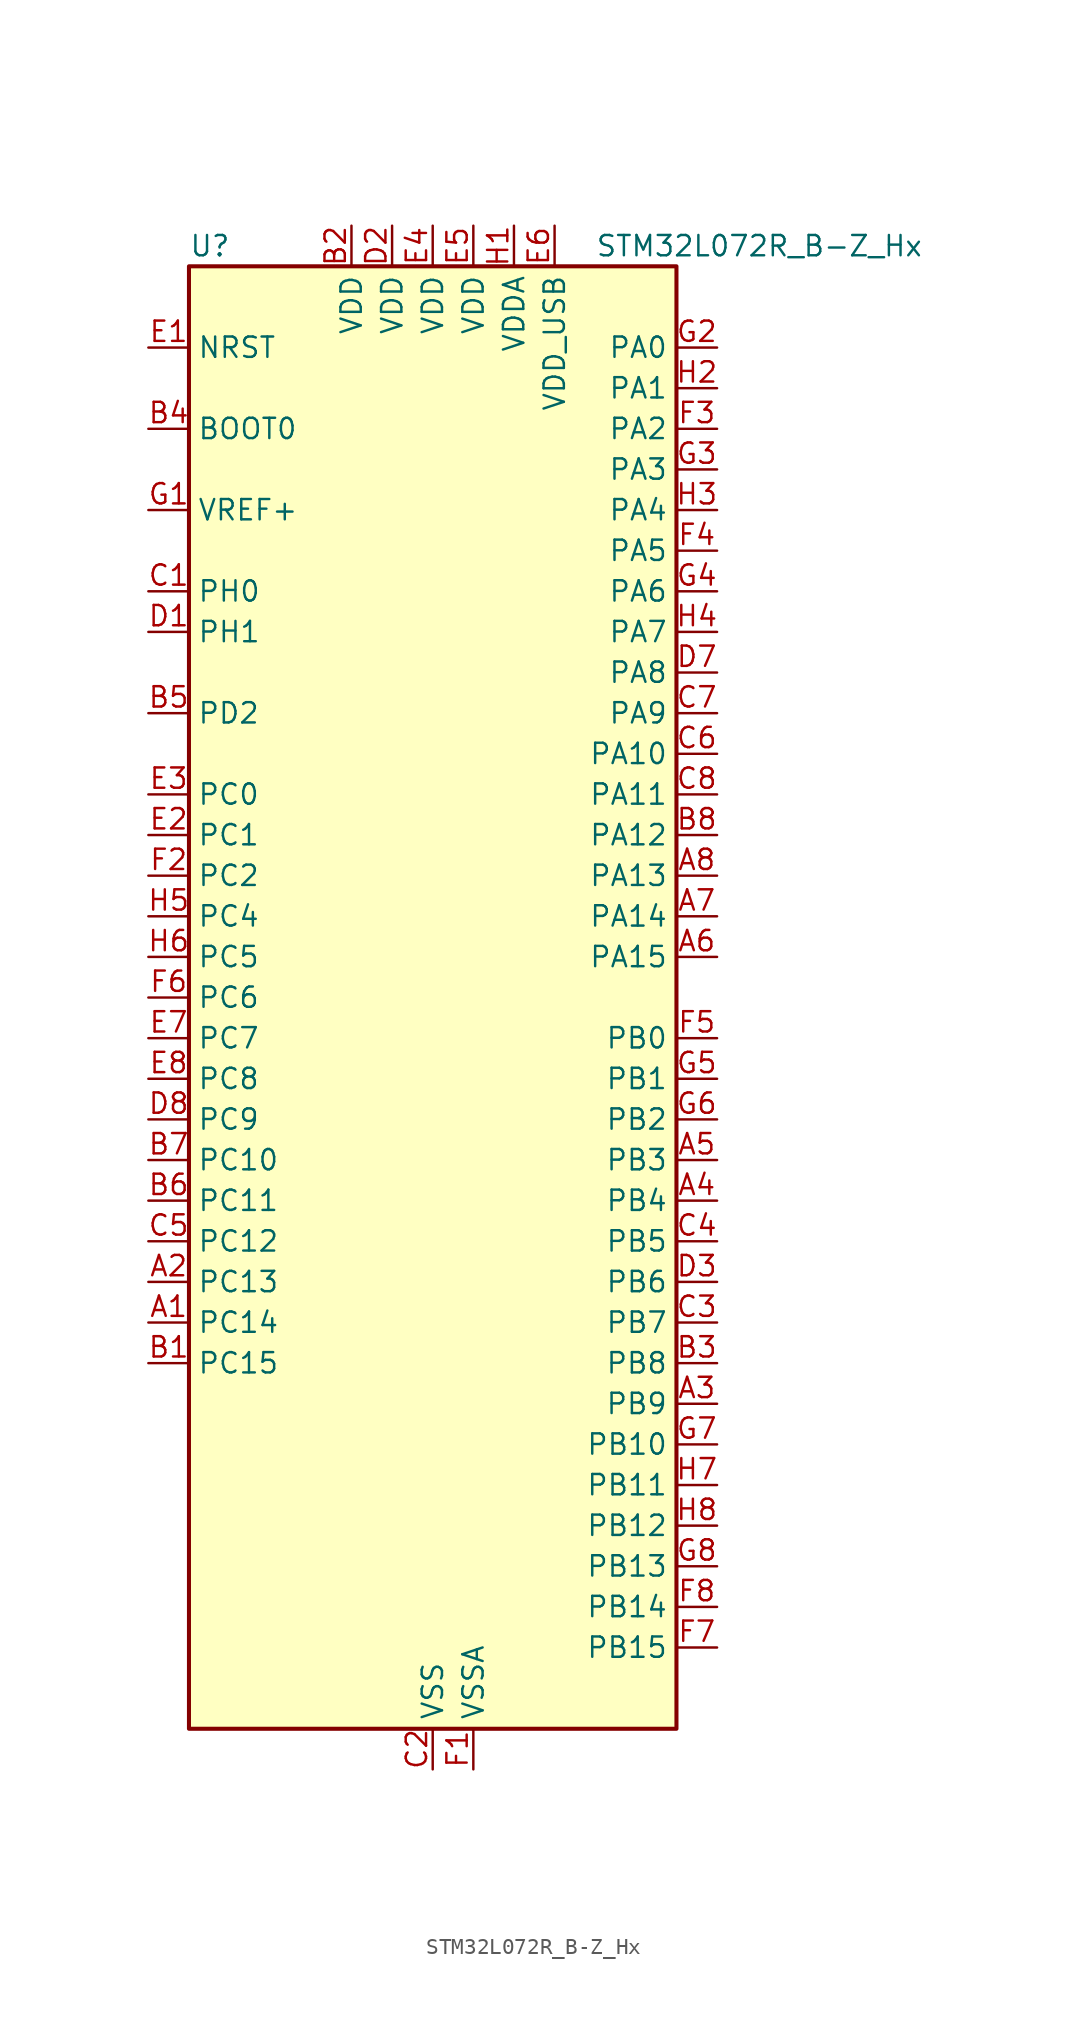
<source format=kicad_sym>
(kicad_symbol_lib
  (version 20241209)
  (generator "kicad_symbol_editor")
  (generator_version "9.0")
  (symbol "STM32L072R_B-Z_Hx"
    (property "Reference" "U"
      (at -15.24 46.99 0)
      (effects (font (size 1.27 1.27)) (justify left)))
    (property "Value" "STM32L072R_B-Z_Hx"
      (at 10.16 46.99 0)
      (effects (font (size 1.27 1.27)) (justify left)))
    (symbol "STM32L072R_B-Z_Hx_0_1"
      (rectangle (start -15.24 -45.72) (end 15.24 45.72) (stroke (width 0.254) (type default)) (fill (type background))))
    (symbol "STM32L072R_B-Z_Hx_1_1"
      (pin input line (at -17.78 40.64 0) (length 2.54) (name "NRST" (effects (font (size 1.27 1.27)))) (number "E1" (effects (font (size 1.27 1.27)))))
      (pin input line (at -17.78 35.56 0) (length 2.54) (name "BOOT0" (effects (font (size 1.27 1.27)))) (number "B4" (effects (font (size 1.27 1.27)))))
      (pin input line (at -17.78 30.48 0) (length 2.54) (name "VREF+" (effects (font (size 1.27 1.27)))) (number "G1" (effects (font (size 1.27 1.27)))))
      (pin bidirectional line (at -17.78 25.4 0) (length 2.54) (name "PH0" (effects (font (size 1.27 1.27)))) (number "C1" (effects (font (size 1.27 1.27)))) (alternate "CRS_SYNC" bidirectional line) (alternate "RCC_OSC_IN" bidirectional line))
      (pin bidirectional line (at -17.78 22.86 0) (length 2.54) (name "PH1" (effects (font (size 1.27 1.27)))) (number "D1" (effects (font (size 1.27 1.27)))) (alternate "RCC_OSC_OUT" bidirectional line))
      (pin bidirectional line (at -17.78 17.78 0) (length 2.54) (name "PD2" (effects (font (size 1.27 1.27)))) (number "B5" (effects (font (size 1.27 1.27)))) (alternate "LPUART1_DE" bidirectional line) (alternate "LPUART1_RTS" bidirectional line) (alternate "TIM3_ETR" bidirectional line) (alternate "USART5_RX" bidirectional line))
      (pin bidirectional line (at -17.78 12.7 0) (length 2.54) (name "PC0" (effects (font (size 1.27 1.27)))) (number "E3" (effects (font (size 1.27 1.27)))) (alternate "ADC_IN10" bidirectional line) (alternate "I2C3_SCL" bidirectional line) (alternate "LPTIM1_IN1" bidirectional line) (alternate "LPUART1_RX" bidirectional line) (alternate "TSC_G7_IO1" bidirectional line))
      (pin bidirectional line (at -17.78 10.16 0) (length 2.54) (name "PC1" (effects (font (size 1.27 1.27)))) (number "E2" (effects (font (size 1.27 1.27)))) (alternate "ADC_IN11" bidirectional line) (alternate "I2C3_SDA" bidirectional line) (alternate "LPTIM1_OUT" bidirectional line) (alternate "LPUART1_TX" bidirectional line) (alternate "TSC_G7_IO2" bidirectional line))
      (pin bidirectional line (at -17.78 7.62 0) (length 2.54) (name "PC2" (effects (font (size 1.27 1.27)))) (number "F2" (effects (font (size 1.27 1.27)))) (alternate "ADC_IN12" bidirectional line) (alternate "I2S2_MCK" bidirectional line) (alternate "LPTIM1_IN2" bidirectional line) (alternate "SPI2_MISO" bidirectional line) (alternate "TSC_G7_IO3" bidirectional line))
      (pin bidirectional line (at -17.78 5.08 0) (length 2.54) (name "PC4" (effects (font (size 1.27 1.27)))) (number "H5" (effects (font (size 1.27 1.27)))) (alternate "ADC_IN14" bidirectional line) (alternate "LPUART1_TX" bidirectional line))
      (pin bidirectional line (at -17.78 2.54 0) (length 2.54) (name "PC5" (effects (font (size 1.27 1.27)))) (number "H6" (effects (font (size 1.27 1.27)))) (alternate "ADC_IN15" bidirectional line) (alternate "LPUART1_RX" bidirectional line) (alternate "TSC_G3_IO1" bidirectional line))
      (pin bidirectional line (at -17.78 0 0) (length 2.54) (name "PC6" (effects (font (size 1.27 1.27)))) (number "F6" (effects (font (size 1.27 1.27)))) (alternate "TIM22_CH1" bidirectional line) (alternate "TIM3_CH1" bidirectional line) (alternate "TSC_G8_IO1" bidirectional line))
      (pin bidirectional line (at -17.78 -2.54 0) (length 2.54) (name "PC7" (effects (font (size 1.27 1.27)))) (number "E7" (effects (font (size 1.27 1.27)))) (alternate "TIM22_CH2" bidirectional line) (alternate "TIM3_CH2" bidirectional line) (alternate "TSC_G8_IO2" bidirectional line))
      (pin bidirectional line (at -17.78 -5.08 0) (length 2.54) (name "PC8" (effects (font (size 1.27 1.27)))) (number "E8" (effects (font (size 1.27 1.27)))) (alternate "TIM22_ETR" bidirectional line) (alternate "TIM3_CH3" bidirectional line) (alternate "TSC_G8_IO3" bidirectional line))
      (pin bidirectional line (at -17.78 -7.62 0) (length 2.54) (name "PC9" (effects (font (size 1.27 1.27)))) (number "D8" (effects (font (size 1.27 1.27)))) (alternate "DAC_EXTI9" bidirectional line) (alternate "I2C3_SDA" bidirectional line) (alternate "TIM21_ETR" bidirectional line) (alternate "TIM3_CH4" bidirectional line) (alternate "TSC_G8_IO4" bidirectional line) (alternate "USB_NOE" bidirectional line))
      (pin bidirectional line (at -17.78 -10.16 0) (length 2.54) (name "PC10" (effects (font (size 1.27 1.27)))) (number "B7" (effects (font (size 1.27 1.27)))) (alternate "LPUART1_TX" bidirectional line) (alternate "USART4_TX" bidirectional line))
      (pin bidirectional line (at -17.78 -12.7 0) (length 2.54) (name "PC11" (effects (font (size 1.27 1.27)))) (number "B6" (effects (font (size 1.27 1.27)))) (alternate "ADC_EXTI11" bidirectional line) (alternate "LPUART1_RX" bidirectional line) (alternate "USART4_RX" bidirectional line))
      (pin bidirectional line (at -17.78 -15.24 0) (length 2.54) (name "PC12" (effects (font (size 1.27 1.27)))) (number "C5" (effects (font (size 1.27 1.27)))) (alternate "USART4_CK" bidirectional line) (alternate "USART5_TX" bidirectional line))
      (pin bidirectional line (at -17.78 -17.78 0) (length 2.54) (name "PC13" (effects (font (size 1.27 1.27)))) (number "A2" (effects (font (size 1.27 1.27)))) (alternate "RTC_OUT_ALARM" bidirectional line) (alternate "RTC_OUT_CALIB" bidirectional line) (alternate "RTC_TAMP1" bidirectional line) (alternate "RTC_TS" bidirectional line) (alternate "SYS_WKUP2" bidirectional line))
      (pin bidirectional line (at -17.78 -20.32 0) (length 2.54) (name "PC14" (effects (font (size 1.27 1.27)))) (number "A1" (effects (font (size 1.27 1.27)))) (alternate "RCC_OSC32_IN" bidirectional line))
      (pin bidirectional line (at -17.78 -22.86 0) (length 2.54) (name "PC15" (effects (font (size 1.27 1.27)))) (number "B1" (effects (font (size 1.27 1.27)))) (alternate "RCC_OSC32_OUT" bidirectional line))
      (pin power_in line (at -5.08 48.26 270) (length 2.54) (name "VDD" (effects (font (size 1.27 1.27)))) (number "B2" (effects (font (size 1.27 1.27)))))
      (pin power_in line (at -2.54 48.26 270) (length 2.54) (name "VDD" (effects (font (size 1.27 1.27)))) (number "D2" (effects (font (size 1.27 1.27)))))
      (pin power_in line (at 0 48.26 270) (length 2.54) (name "VDD" (effects (font (size 1.27 1.27)))) (number "E4" (effects (font (size 1.27 1.27)))))
      (pin power_in line (at 0 -48.26 90) (length 2.54) (name "VSS" (effects (font (size 1.27 1.27)))) (number "C2" (effects (font (size 1.27 1.27)))))
      (pin passive line (at 0 -48.26 90) (length 2.54) (hide yes) (name "VSS" (effects (font (size 1.27 1.27)))) (number "D4" (effects (font (size 1.27 1.27)))))
      (pin passive line (at 0 -48.26 90) (length 2.54) (hide yes) (name "VSS" (effects (font (size 1.27 1.27)))) (number "D5" (effects (font (size 1.27 1.27)))))
      (pin passive line (at 0 -48.26 90) (length 2.54) (hide yes) (name "VSS" (effects (font (size 1.27 1.27)))) (number "D6" (effects (font (size 1.27 1.27)))))
      (pin power_in line (at 2.54 48.26 270) (length 2.54) (name "VDD" (effects (font (size 1.27 1.27)))) (number "E5" (effects (font (size 1.27 1.27)))))
      (pin power_in line (at 2.54 -48.26 90) (length 2.54) (name "VSSA" (effects (font (size 1.27 1.27)))) (number "F1" (effects (font (size 1.27 1.27)))))
      (pin power_in line (at 5.08 48.26 270) (length 2.54) (name "VDDA" (effects (font (size 1.27 1.27)))) (number "H1" (effects (font (size 1.27 1.27)))))
      (pin power_in line (at 7.62 48.26 270) (length 2.54) (name "VDD_USB" (effects (font (size 1.27 1.27)))) (number "E6" (effects (font (size 1.27 1.27)))))
      (pin bidirectional line (at 17.78 40.64 180) (length 2.54) (name "PA0" (effects (font (size 1.27 1.27)))) (number "G2" (effects (font (size 1.27 1.27)))) (alternate "ADC_IN0" bidirectional line) (alternate "COMP1_INM" bidirectional line) (alternate "COMP1_OUT" bidirectional line) (alternate "RTC_TAMP2" bidirectional line) (alternate "SYS_WKUP1" bidirectional line) (alternate "TIM2_CH1" bidirectional line) (alternate "TIM2_ETR" bidirectional line) (alternate "TSC_G1_IO1" bidirectional line) (alternate "USART2_CTS" bidirectional line) (alternate "USART4_TX" bidirectional line))
      (pin bidirectional line (at 17.78 38.1 180) (length 2.54) (name "PA1" (effects (font (size 1.27 1.27)))) (number "H2" (effects (font (size 1.27 1.27)))) (alternate "ADC_IN1" bidirectional line) (alternate "COMP1_INP" bidirectional line) (alternate "TIM21_ETR" bidirectional line) (alternate "TIM2_CH2" bidirectional line) (alternate "TSC_G1_IO2" bidirectional line) (alternate "USART2_DE" bidirectional line) (alternate "USART2_RTS" bidirectional line) (alternate "USART4_RX" bidirectional line))
      (pin bidirectional line (at 17.78 35.56 180) (length 2.54) (name "PA2" (effects (font (size 1.27 1.27)))) (number "F3" (effects (font (size 1.27 1.27)))) (alternate "ADC_IN2" bidirectional line) (alternate "COMP2_INM" bidirectional line) (alternate "COMP2_OUT" bidirectional line) (alternate "LPUART1_TX" bidirectional line) (alternate "TIM21_CH1" bidirectional line) (alternate "TIM2_CH3" bidirectional line) (alternate "TSC_G1_IO3" bidirectional line) (alternate "USART2_TX" bidirectional line))
      (pin bidirectional line (at 17.78 33.02 180) (length 2.54) (name "PA3" (effects (font (size 1.27 1.27)))) (number "G3" (effects (font (size 1.27 1.27)))) (alternate "ADC_IN3" bidirectional line) (alternate "COMP2_INP" bidirectional line) (alternate "LPUART1_RX" bidirectional line) (alternate "TIM21_CH2" bidirectional line) (alternate "TIM2_CH4" bidirectional line) (alternate "TSC_G1_IO4" bidirectional line) (alternate "USART2_RX" bidirectional line))
      (pin bidirectional line (at 17.78 30.48 180) (length 2.54) (name "PA4" (effects (font (size 1.27 1.27)))) (number "H3" (effects (font (size 1.27 1.27)))) (alternate "ADC_IN4" bidirectional line) (alternate "COMP1_INM" bidirectional line) (alternate "COMP2_INM" bidirectional line) (alternate "DAC_OUT1" bidirectional line) (alternate "SPI1_NSS" bidirectional line) (alternate "TIM22_ETR" bidirectional line) (alternate "TSC_G2_IO1" bidirectional line) (alternate "USART2_CK" bidirectional line))
      (pin bidirectional line (at 17.78 27.94 180) (length 2.54) (name "PA5" (effects (font (size 1.27 1.27)))) (number "F4" (effects (font (size 1.27 1.27)))) (alternate "ADC_IN5" bidirectional line) (alternate "COMP1_INM" bidirectional line) (alternate "COMP2_INM" bidirectional line) (alternate "DAC_OUT2" bidirectional line) (alternate "SPI1_SCK" bidirectional line) (alternate "TIM2_CH1" bidirectional line) (alternate "TIM2_ETR" bidirectional line) (alternate "TSC_G2_IO2" bidirectional line))
      (pin bidirectional line (at 17.78 25.4 180) (length 2.54) (name "PA6" (effects (font (size 1.27 1.27)))) (number "G4" (effects (font (size 1.27 1.27)))) (alternate "ADC_IN6" bidirectional line) (alternate "COMP1_OUT" bidirectional line) (alternate "LPUART1_CTS" bidirectional line) (alternate "SPI1_MISO" bidirectional line) (alternate "TIM22_CH1" bidirectional line) (alternate "TIM3_CH1" bidirectional line) (alternate "TSC_G2_IO3" bidirectional line))
      (pin bidirectional line (at 17.78 22.86 180) (length 2.54) (name "PA7" (effects (font (size 1.27 1.27)))) (number "H4" (effects (font (size 1.27 1.27)))) (alternate "ADC_IN7" bidirectional line) (alternate "COMP2_OUT" bidirectional line) (alternate "SPI1_MOSI" bidirectional line) (alternate "TIM22_CH2" bidirectional line) (alternate "TIM3_CH2" bidirectional line) (alternate "TSC_G2_IO4" bidirectional line))
      (pin bidirectional line (at 17.78 20.32 180) (length 2.54) (name "PA8" (effects (font (size 1.27 1.27)))) (number "D7" (effects (font (size 1.27 1.27)))) (alternate "CRS_SYNC" bidirectional line) (alternate "I2C3_SCL" bidirectional line) (alternate "RCC_MCO" bidirectional line) (alternate "USART1_CK" bidirectional line))
      (pin bidirectional line (at 17.78 17.78 180) (length 2.54) (name "PA9" (effects (font (size 1.27 1.27)))) (number "C7" (effects (font (size 1.27 1.27)))) (alternate "DAC_EXTI9" bidirectional line) (alternate "I2C1_SCL" bidirectional line) (alternate "I2C3_SMBA" bidirectional line) (alternate "RCC_MCO" bidirectional line) (alternate "TSC_G4_IO1" bidirectional line) (alternate "USART1_TX" bidirectional line))
      (pin bidirectional line (at 17.78 15.24 180) (length 2.54) (name "PA10" (effects (font (size 1.27 1.27)))) (number "C6" (effects (font (size 1.27 1.27)))) (alternate "I2C1_SDA" bidirectional line) (alternate "TSC_G4_IO2" bidirectional line) (alternate "USART1_RX" bidirectional line))
      (pin bidirectional line (at 17.78 12.7 180) (length 2.54) (name "PA11" (effects (font (size 1.27 1.27)))) (number "C8" (effects (font (size 1.27 1.27)))) (alternate "ADC_EXTI11" bidirectional line) (alternate "COMP1_OUT" bidirectional line) (alternate "SPI1_MISO" bidirectional line) (alternate "TSC_G4_IO3" bidirectional line) (alternate "USART1_CTS" bidirectional line) (alternate "USB_DM" bidirectional line))
      (pin bidirectional line (at 17.78 10.16 180) (length 2.54) (name "PA12" (effects (font (size 1.27 1.27)))) (number "B8" (effects (font (size 1.27 1.27)))) (alternate "COMP2_OUT" bidirectional line) (alternate "SPI1_MOSI" bidirectional line) (alternate "TSC_G4_IO4" bidirectional line) (alternate "USART1_DE" bidirectional line) (alternate "USART1_RTS" bidirectional line) (alternate "USB_DP" bidirectional line))
      (pin bidirectional line (at 17.78 7.62 180) (length 2.54) (name "PA13" (effects (font (size 1.27 1.27)))) (number "A8" (effects (font (size 1.27 1.27)))) (alternate "LPUART1_RX" bidirectional line) (alternate "SYS_SWDIO" bidirectional line) (alternate "USB_NOE" bidirectional line))
      (pin bidirectional line (at 17.78 5.08 180) (length 2.54) (name "PA14" (effects (font (size 1.27 1.27)))) (number "A7" (effects (font (size 1.27 1.27)))) (alternate "LPUART1_TX" bidirectional line) (alternate "SYS_SWCLK" bidirectional line) (alternate "USART2_TX" bidirectional line))
      (pin bidirectional line (at 17.78 2.54 180) (length 2.54) (name "PA15" (effects (font (size 1.27 1.27)))) (number "A6" (effects (font (size 1.27 1.27)))) (alternate "SPI1_NSS" bidirectional line) (alternate "TIM2_CH1" bidirectional line) (alternate "TIM2_ETR" bidirectional line) (alternate "USART2_RX" bidirectional line) (alternate "USART4_DE" bidirectional line) (alternate "USART4_RTS" bidirectional line))
      (pin bidirectional line (at 17.78 -2.54 180) (length 2.54) (name "PB0" (effects (font (size 1.27 1.27)))) (number "F5" (effects (font (size 1.27 1.27)))) (alternate "ADC_IN8" bidirectional line) (alternate "SYS_VREF_OUT_PB0" bidirectional line) (alternate "TIM3_CH3" bidirectional line) (alternate "TSC_G3_IO2" bidirectional line))
      (pin bidirectional line (at 17.78 -5.08 180) (length 2.54) (name "PB1" (effects (font (size 1.27 1.27)))) (number "G5" (effects (font (size 1.27 1.27)))) (alternate "ADC_IN9" bidirectional line) (alternate "LPUART1_DE" bidirectional line) (alternate "LPUART1_RTS" bidirectional line) (alternate "SYS_VREF_OUT_PB1" bidirectional line) (alternate "TIM3_CH4" bidirectional line) (alternate "TSC_G3_IO3" bidirectional line))
      (pin bidirectional line (at 17.78 -7.62 180) (length 2.54) (name "PB2" (effects (font (size 1.27 1.27)))) (number "G6" (effects (font (size 1.27 1.27)))) (alternate "I2C3_SMBA" bidirectional line) (alternate "LPTIM1_OUT" bidirectional line) (alternate "TSC_G3_IO4" bidirectional line))
      (pin bidirectional line (at 17.78 -10.16 180) (length 2.54) (name "PB3" (effects (font (size 1.27 1.27)))) (number "A5" (effects (font (size 1.27 1.27)))) (alternate "COMP2_INM" bidirectional line) (alternate "SPI1_SCK" bidirectional line) (alternate "TIM2_CH2" bidirectional line) (alternate "TSC_G5_IO1" bidirectional line) (alternate "USART1_DE" bidirectional line) (alternate "USART1_RTS" bidirectional line) (alternate "USART5_TX" bidirectional line))
      (pin bidirectional line (at 17.78 -12.7 180) (length 2.54) (name "PB4" (effects (font (size 1.27 1.27)))) (number "A4" (effects (font (size 1.27 1.27)))) (alternate "COMP2_INP" bidirectional line) (alternate "I2C3_SDA" bidirectional line) (alternate "SPI1_MISO" bidirectional line) (alternate "TIM22_CH1" bidirectional line) (alternate "TIM3_CH1" bidirectional line) (alternate "TSC_G5_IO2" bidirectional line) (alternate "USART1_CTS" bidirectional line) (alternate "USART5_RX" bidirectional line))
      (pin bidirectional line (at 17.78 -15.24 180) (length 2.54) (name "PB5" (effects (font (size 1.27 1.27)))) (number "C4" (effects (font (size 1.27 1.27)))) (alternate "COMP2_INP" bidirectional line) (alternate "I2C1_SMBA" bidirectional line) (alternate "LPTIM1_IN1" bidirectional line) (alternate "SPI1_MOSI" bidirectional line) (alternate "TIM22_CH2" bidirectional line) (alternate "TIM3_CH2" bidirectional line) (alternate "USART1_CK" bidirectional line) (alternate "USART5_CK" bidirectional line) (alternate "USART5_DE" bidirectional line) (alternate "USART5_RTS" bidirectional line))
      (pin bidirectional line (at 17.78 -17.78 180) (length 2.54) (name "PB6" (effects (font (size 1.27 1.27)))) (number "D3" (effects (font (size 1.27 1.27)))) (alternate "COMP2_INP" bidirectional line) (alternate "I2C1_SCL" bidirectional line) (alternate "LPTIM1_ETR" bidirectional line) (alternate "TSC_G5_IO3" bidirectional line) (alternate "USART1_TX" bidirectional line))
      (pin bidirectional line (at 17.78 -20.32 180) (length 2.54) (name "PB7" (effects (font (size 1.27 1.27)))) (number "C3" (effects (font (size 1.27 1.27)))) (alternate "COMP2_INP" bidirectional line) (alternate "I2C1_SDA" bidirectional line) (alternate "LPTIM1_IN2" bidirectional line) (alternate "SYS_PVD_IN" bidirectional line) (alternate "TSC_G5_IO4" bidirectional line) (alternate "USART1_RX" bidirectional line) (alternate "USART4_CTS" bidirectional line))
      (pin bidirectional line (at 17.78 -22.86 180) (length 2.54) (name "PB8" (effects (font (size 1.27 1.27)))) (number "B3" (effects (font (size 1.27 1.27)))) (alternate "I2C1_SCL" bidirectional line) (alternate "TSC_SYNC" bidirectional line))
      (pin bidirectional line (at 17.78 -25.4 180) (length 2.54) (name "PB9" (effects (font (size 1.27 1.27)))) (number "A3" (effects (font (size 1.27 1.27)))) (alternate "DAC_EXTI9" bidirectional line) (alternate "I2C1_SDA" bidirectional line) (alternate "I2S2_WS" bidirectional line) (alternate "SPI2_NSS" bidirectional line))
      (pin bidirectional line (at 17.78 -27.94 180) (length 2.54) (name "PB10" (effects (font (size 1.27 1.27)))) (number "G7" (effects (font (size 1.27 1.27)))) (alternate "I2C2_SCL" bidirectional line) (alternate "LPUART1_RX" bidirectional line) (alternate "LPUART1_TX" bidirectional line) (alternate "SPI2_SCK" bidirectional line) (alternate "TIM2_CH3" bidirectional line) (alternate "TSC_SYNC" bidirectional line))
      (pin bidirectional line (at 17.78 -30.48 180) (length 2.54) (name "PB11" (effects (font (size 1.27 1.27)))) (number "H7" (effects (font (size 1.27 1.27)))) (alternate "ADC_EXTI11" bidirectional line) (alternate "I2C2_SDA" bidirectional line) (alternate "LPUART1_RX" bidirectional line) (alternate "LPUART1_TX" bidirectional line) (alternate "TIM2_CH4" bidirectional line) (alternate "TSC_G6_IO1" bidirectional line))
      (pin bidirectional line (at 17.78 -33.02 180) (length 2.54) (name "PB12" (effects (font (size 1.27 1.27)))) (number "H8" (effects (font (size 1.27 1.27)))) (alternate "I2S2_WS" bidirectional line) (alternate "LPUART1_DE" bidirectional line) (alternate "LPUART1_RTS" bidirectional line) (alternate "SPI2_NSS" bidirectional line) (alternate "TSC_G6_IO2" bidirectional line))
      (pin bidirectional line (at 17.78 -35.56 180) (length 2.54) (name "PB13" (effects (font (size 1.27 1.27)))) (number "G8" (effects (font (size 1.27 1.27)))) (alternate "I2C2_SCL" bidirectional line) (alternate "I2S2_CK" bidirectional line) (alternate "LPUART1_CTS" bidirectional line) (alternate "RCC_MCO" bidirectional line) (alternate "SPI2_SCK" bidirectional line) (alternate "TIM21_CH1" bidirectional line) (alternate "TSC_G6_IO3" bidirectional line))
      (pin bidirectional line (at 17.78 -38.1 180) (length 2.54) (name "PB14" (effects (font (size 1.27 1.27)))) (number "F8" (effects (font (size 1.27 1.27)))) (alternate "I2C2_SDA" bidirectional line) (alternate "I2S2_MCK" bidirectional line) (alternate "LPUART1_DE" bidirectional line) (alternate "LPUART1_RTS" bidirectional line) (alternate "RTC_OUT_ALARM" bidirectional line) (alternate "RTC_OUT_CALIB" bidirectional line) (alternate "SPI2_MISO" bidirectional line) (alternate "TIM21_CH2" bidirectional line) (alternate "TSC_G6_IO4" bidirectional line))
      (pin bidirectional line (at 17.78 -40.64 180) (length 2.54) (name "PB15" (effects (font (size 1.27 1.27)))) (number "F7" (effects (font (size 1.27 1.27)))) (alternate "I2S2_SD" bidirectional line) (alternate "RTC_REFIN" bidirectional line) (alternate "SPI2_MOSI" bidirectional line)))))
</source>
